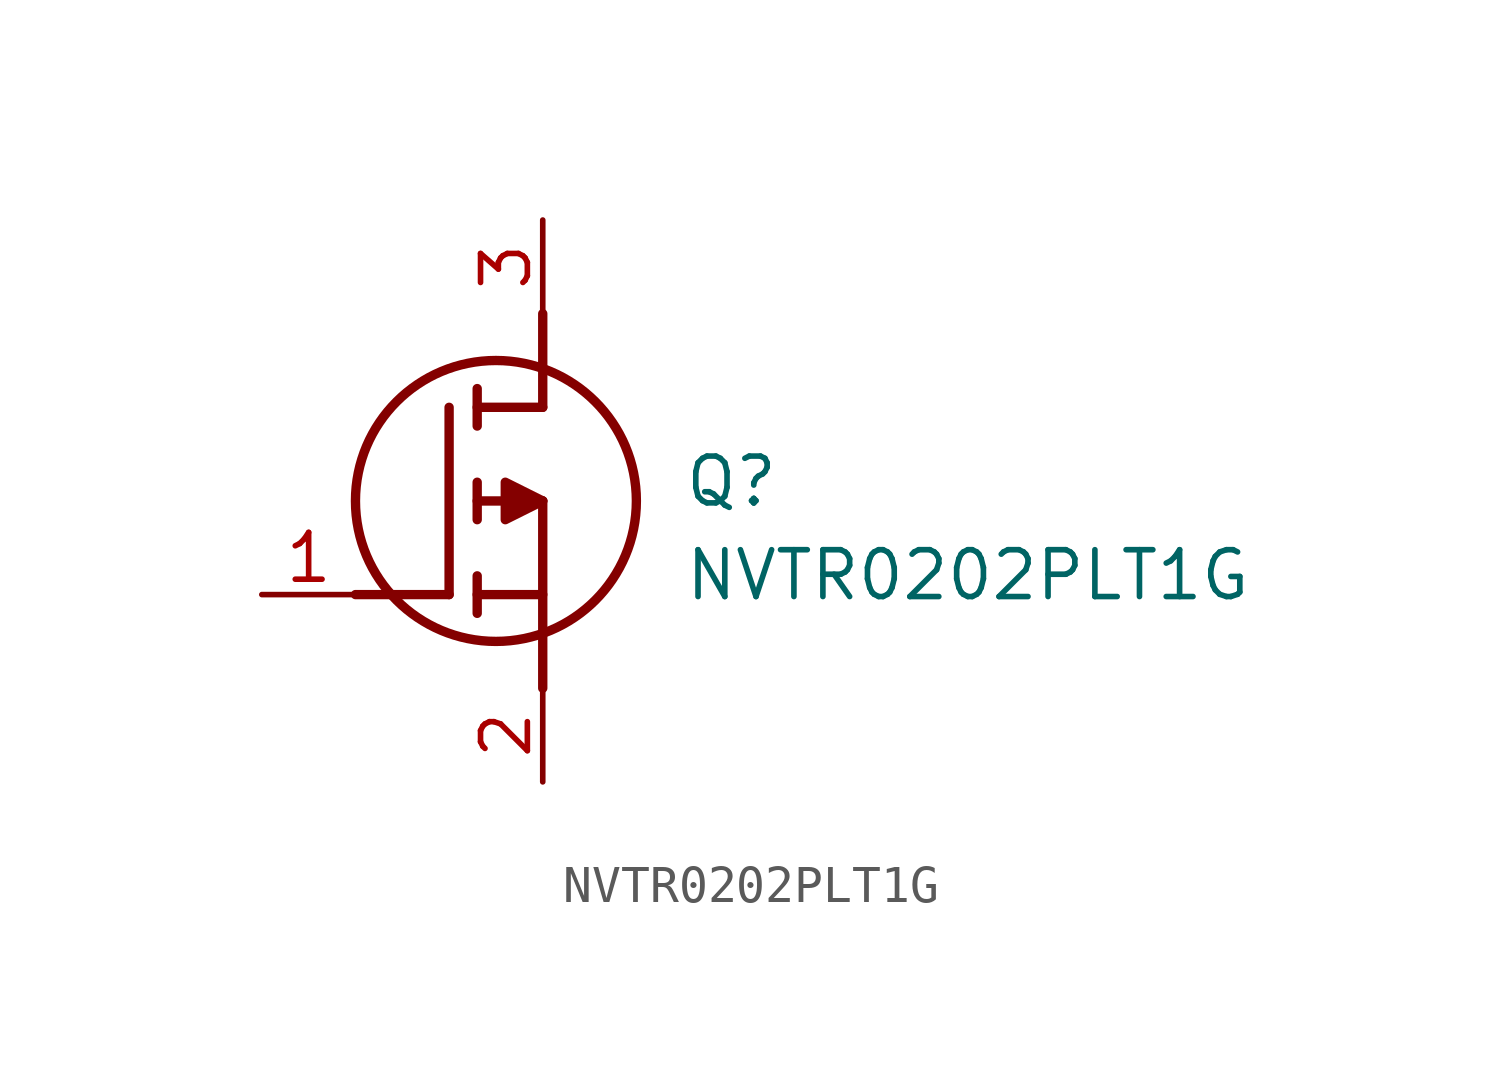
<source format=kicad_sym>
(kicad_symbol_lib
  (version 20211014)
  (generator SamacSys_ECAD_Model)
  (symbol "NVTR0202PLT1G"
    (pin_names hide)
    (property "Reference" "Q"
      (at 11.43 3.81 0)
      (effects (font (size 1.27 1.27)) (justify left top)))
    (property "Value" "NVTR0202PLT1G"
      (at 11.43 1.27 0)
      (effects (font (size 1.27 1.27)) (justify left top)))
    (polyline
      (pts (xy 7.62 2.54) (xy 7.62 -2.54))
      (stroke (width 0.254) (type default))
      (fill (type none)))
    (polyline
      (pts (xy 7.62 5.08) (xy 7.62 7.62))
      (stroke (width 0.254) (type default))
      (fill (type none)))
    (polyline
      (pts (xy 2.54 0) (xy 5.08 0))
      (stroke (width 0.254) (type default))
      (fill (type none)))
    (polyline
      (pts (xy 5.08 5.08) (xy 5.08 0))
      (stroke (width 0.254) (type default))
      (fill (type none)))
    (polyline
      (pts (xy 7.62 2.54) (xy 5.842 2.54))
      (stroke (width 0.254) (type default))
      (fill (type none)))
    (polyline
      (pts (xy 7.62 5.08) (xy 5.842 5.08))
      (stroke (width 0.254) (type default))
      (fill (type none)))
    (polyline
      (pts (xy 5.842 0) (xy 7.62 0))
      (stroke (width 0.254) (type default))
      (fill (type none)))
    (polyline
      (pts (xy 5.842 5.588) (xy 5.842 4.572))
      (stroke (width 0.254) (type default))
      (fill (type none)))
    (polyline
      (pts (xy 5.842 -0.508) (xy 5.842 0.508))
      (stroke (width 0.254) (type default))
      (fill (type none)))
    (polyline
      (pts (xy 5.842 2.032) (xy 5.842 3.048))
      (stroke (width 0.254) (type default))
      (fill (type none)))
    (circle
      (center 6.35 2.54)
      (radius 3.81)
      (stroke (width 0.254) (type default))
      (fill (type none)))
    (polyline
      (pts (xy 7.62 2.54) (xy 6.604 3.048) (xy 6.604 2.032) (xy 7.62 2.54))
      (stroke (width 0.254) (type default))
      (fill (type outline)))
    (pin passive line
      (at 0 0 0)
      (length 2.54)
      (name "G" (effects (font (size 1.27 1.27))))
      (number "1" (effects (font (size 1.27 1.27)))))
    (pin passive line
      (at 7.62 10.16 270)
      (length 2.54)
      (name "D" (effects (font (size 1.27 1.27))))
      (number "3" (effects (font (size 1.27 1.27)))))
    (pin passive line
      (at 7.62 -5.08 90)
      (length 2.54)
      (name "S" (effects (font (size 1.27 1.27))))
      (number "2" (effects (font (size 1.27 1.27)))))))
</source>
